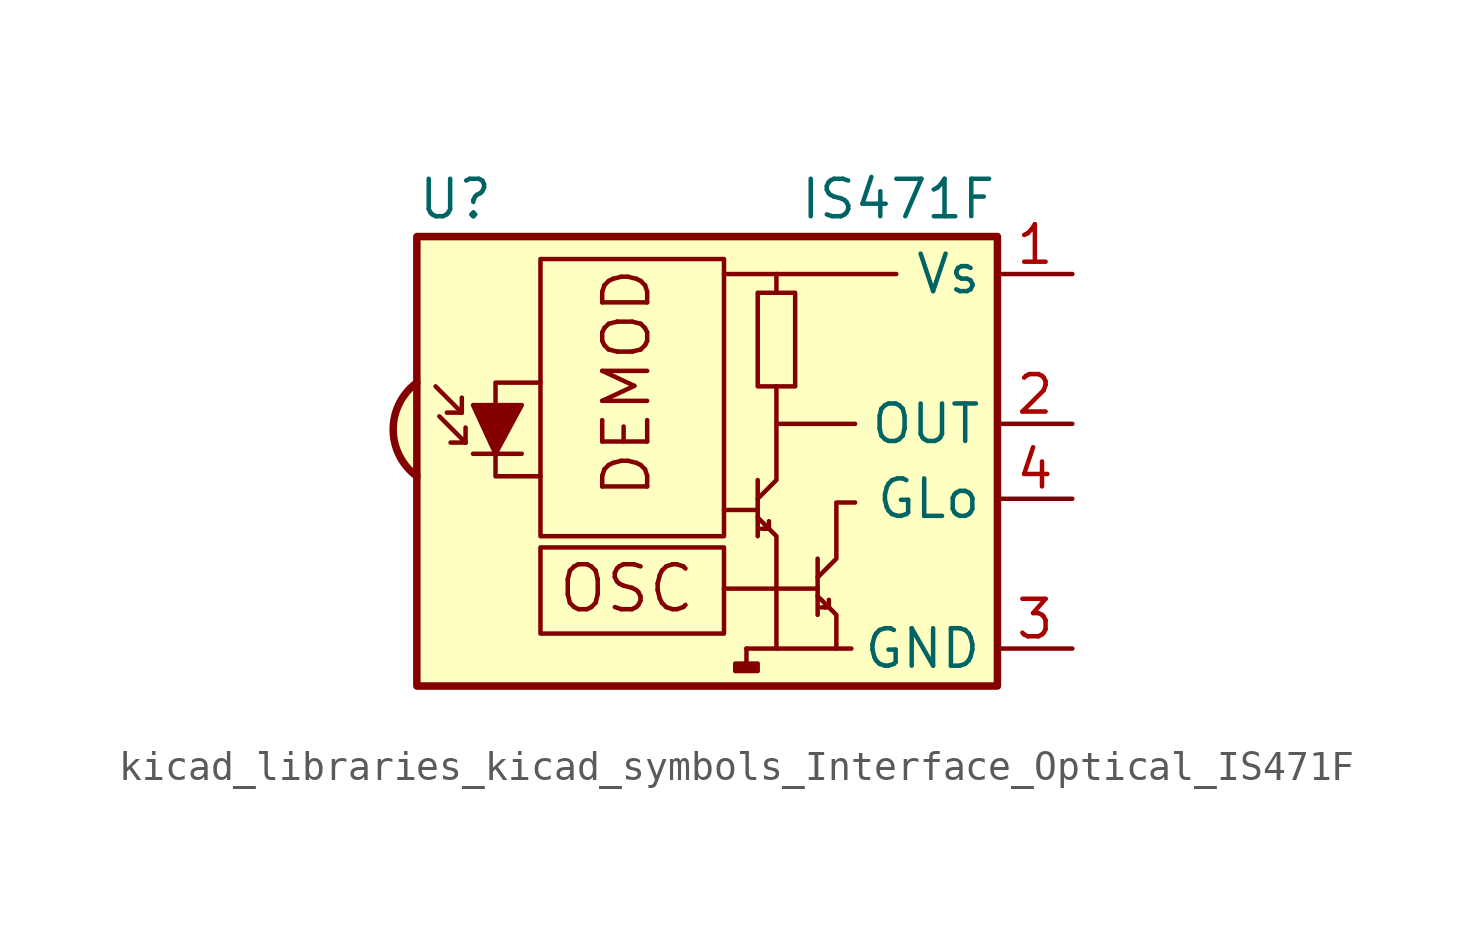
<source format=kicad_sym>
(kicad_symbol_lib
  (version 20220914)
  (generator kicad_symbol_editor)
  (symbol "kicad_libraries_kicad_symbols_Interface_Optical_IS471F"
    (property "Reference" "U"
      (at -12.065 7.62 0)
      (effects (font (size 1.27 1.27)) (justify left)))
    (property "Value" "IS471F"
      (at 7.62 7.62 0)
      (effects (font (size 1.27 1.27)) (justify right)))
    (symbol "kicad_libraries_kicad_symbols_Interface_Optical_IS471F_0_0"
      (arc (start -12.065 1.397) (mid -12.8679 -0.1852) (end -12.065 -1.778) (stroke (width 0.254) (type default)) (fill (type background)))
      (rectangle (start -7.874 -4.191) (end -1.651 -7.112) (stroke (width 0) (type default)) (fill (type none)))
      (rectangle (start -1.27 -8.128) (end -0.508 -8.382) (stroke (width 0) (type default)) (fill (type outline)))
      (polyline (pts (xy -0.889 -7.62) (xy -0.889 -8.128)) (stroke (width 0) (type default)) (fill (type none)))
      (polyline (pts (xy 0.127 5.08) (xy -1.651 5.08)) (stroke (width 0) (type default)) (fill (type none)))
      (polyline (pts (xy 2.667 -7.62) (xy -0.889 -7.62)) (stroke (width 0) (type default)) (fill (type none)))
      (polyline (pts (xy -0.508 -3.175) (xy 0.127 -3.81) (xy 0.127 -7.62)) (stroke (width 0) (type default)) (fill (type none)))
      (polyline (pts (xy 1.524 -5.842) (xy 2.159 -6.477) (xy 2.159 -7.62)) (stroke (width 0) (type default)) (fill (type none)))
      (text "DEMOD" (at -4.953 1.397 900) (effects (font (size 1.524 1.524))))
      (text "OSC" (at -4.953 -5.588 0) (effects (font (size 1.524 1.524)))))
    (symbol "kicad_libraries_kicad_symbols_Interface_Optical_IS471F_0_1"
      (rectangle (start -7.874 5.588) (end -1.651 -3.81) (stroke (width 0) (type default)) (fill (type none)))
      (polyline (pts (xy -10.541 0.381) (xy -11.43 1.27)) (stroke (width 0) (type default)) (fill (type none)))
      (polyline (pts (xy -10.541 0.381) (xy -11.049 0.381)) (stroke (width 0) (type default)) (fill (type none)))
      (polyline (pts (xy -10.541 0.381) (xy -10.541 0.889)) (stroke (width 0) (type default)) (fill (type none)))
      (polyline (pts (xy -10.414 -0.635) (xy -11.303 0.254)) (stroke (width 0) (type default)) (fill (type none)))
      (polyline (pts (xy -10.414 -0.635) (xy -10.922 -0.635)) (stroke (width 0) (type default)) (fill (type none)))
      (polyline (pts (xy -10.414 -0.635) (xy -10.414 -0.127)) (stroke (width 0) (type default)) (fill (type none)))
      (polyline (pts (xy -10.16 -1.016) (xy -8.509 -1.016)) (stroke (width 0) (type default)) (fill (type none)))
      (polyline (pts (xy -0.508 -2.921) (xy -1.651 -2.921)) (stroke (width 0) (type default)) (fill (type none)))
      (polyline (pts (xy -0.508 -1.905) (xy -0.508 -3.81)) (stroke (width 0) (type default)) (fill (type none)))
      (polyline (pts (xy -0.381 -3.556) (xy -0.254 -3.556)) (stroke (width 0) (type default)) (fill (type none)))
      (polyline (pts (xy -0.127 -3.556) (xy -0.254 -3.556)) (stroke (width 0) (type default)) (fill (type none)))
      (polyline (pts (xy -0.127 -3.556) (xy -0.127 -3.302)) (stroke (width 0) (type default)) (fill (type none)))
      (polyline (pts (xy 0.127 0) (xy 0.127 1.27)) (stroke (width 0) (type default)) (fill (type none)))
      (polyline (pts (xy 1.524 -5.588) (xy -1.651 -5.588)) (stroke (width 0) (type default)) (fill (type none)))
      (polyline (pts (xy 1.524 -4.572) (xy 1.524 -6.477)) (stroke (width 0) (type default)) (fill (type none)))
      (polyline (pts (xy 1.651 -6.223) (xy 1.778 -6.223)) (stroke (width 0) (type default)) (fill (type none)))
      (polyline (pts (xy 1.905 -6.223) (xy 1.778 -6.223)) (stroke (width 0) (type default)) (fill (type none)))
      (polyline (pts (xy 1.905 -6.223) (xy 1.905 -5.969)) (stroke (width 0) (type default)) (fill (type none)))
      (polyline (pts (xy 0.127 4.445) (xy 0.127 5.08) (xy 4.191 5.08)) (stroke (width 0) (type default)) (fill (type none)))
      (polyline (pts (xy -10.16 0.635) (xy -8.509 0.635) (xy -9.398 -1.016) (xy -10.16 0.635)) (stroke (width 0) (type default)) (fill (type outline)))
      (polyline (pts (xy -7.874 1.397) (xy -9.398 1.397) (xy -9.398 -1.778) (xy -7.874 -1.778)) (stroke (width 0) (type default)) (fill (type none)))
      (polyline (pts (xy -0.508 -2.54) (xy 0.127 -1.905) (xy 0.127 0) (xy 2.794 0)) (stroke (width 0) (type default)) (fill (type none)))
      (polyline (pts (xy 1.524 -5.207) (xy 2.159 -4.572) (xy 2.159 -2.667) (xy 2.794 -2.667)) (stroke (width 0) (type default)) (fill (type none)))
      (rectangle (start 0.762 1.27) (end -0.508 4.445) (stroke (width 0) (type default)) (fill (type none)))
      (rectangle (start 7.62 6.35) (end -12.065 -8.89) (stroke (width 0.254) (type default)) (fill (type background))))
    (symbol "kicad_libraries_kicad_symbols_Interface_Optical_IS471F_1_1"
      (pin power_in line (at 10.16 5.08 180) (length 2.54) (name "Vs" (effects (font (size 1.27 1.27)))) (number "1" (effects (font (size 1.27 1.27)))))
      (pin output line (at 10.16 0 180) (length 2.54) (name "OUT" (effects (font (size 1.27 1.27)))) (number "2" (effects (font (size 1.27 1.27)))))
      (pin power_in line (at 10.16 -7.62 180) (length 2.54) (name "GND" (effects (font (size 1.27 1.27)))) (number "3" (effects (font (size 1.27 1.27)))))
      (pin open_collector line (at 10.16 -2.54 180) (length 2.54) (name "GLo" (effects (font (size 1.27 1.27)))) (number "4" (effects (font (size 1.27 1.27))))))))
</source>
